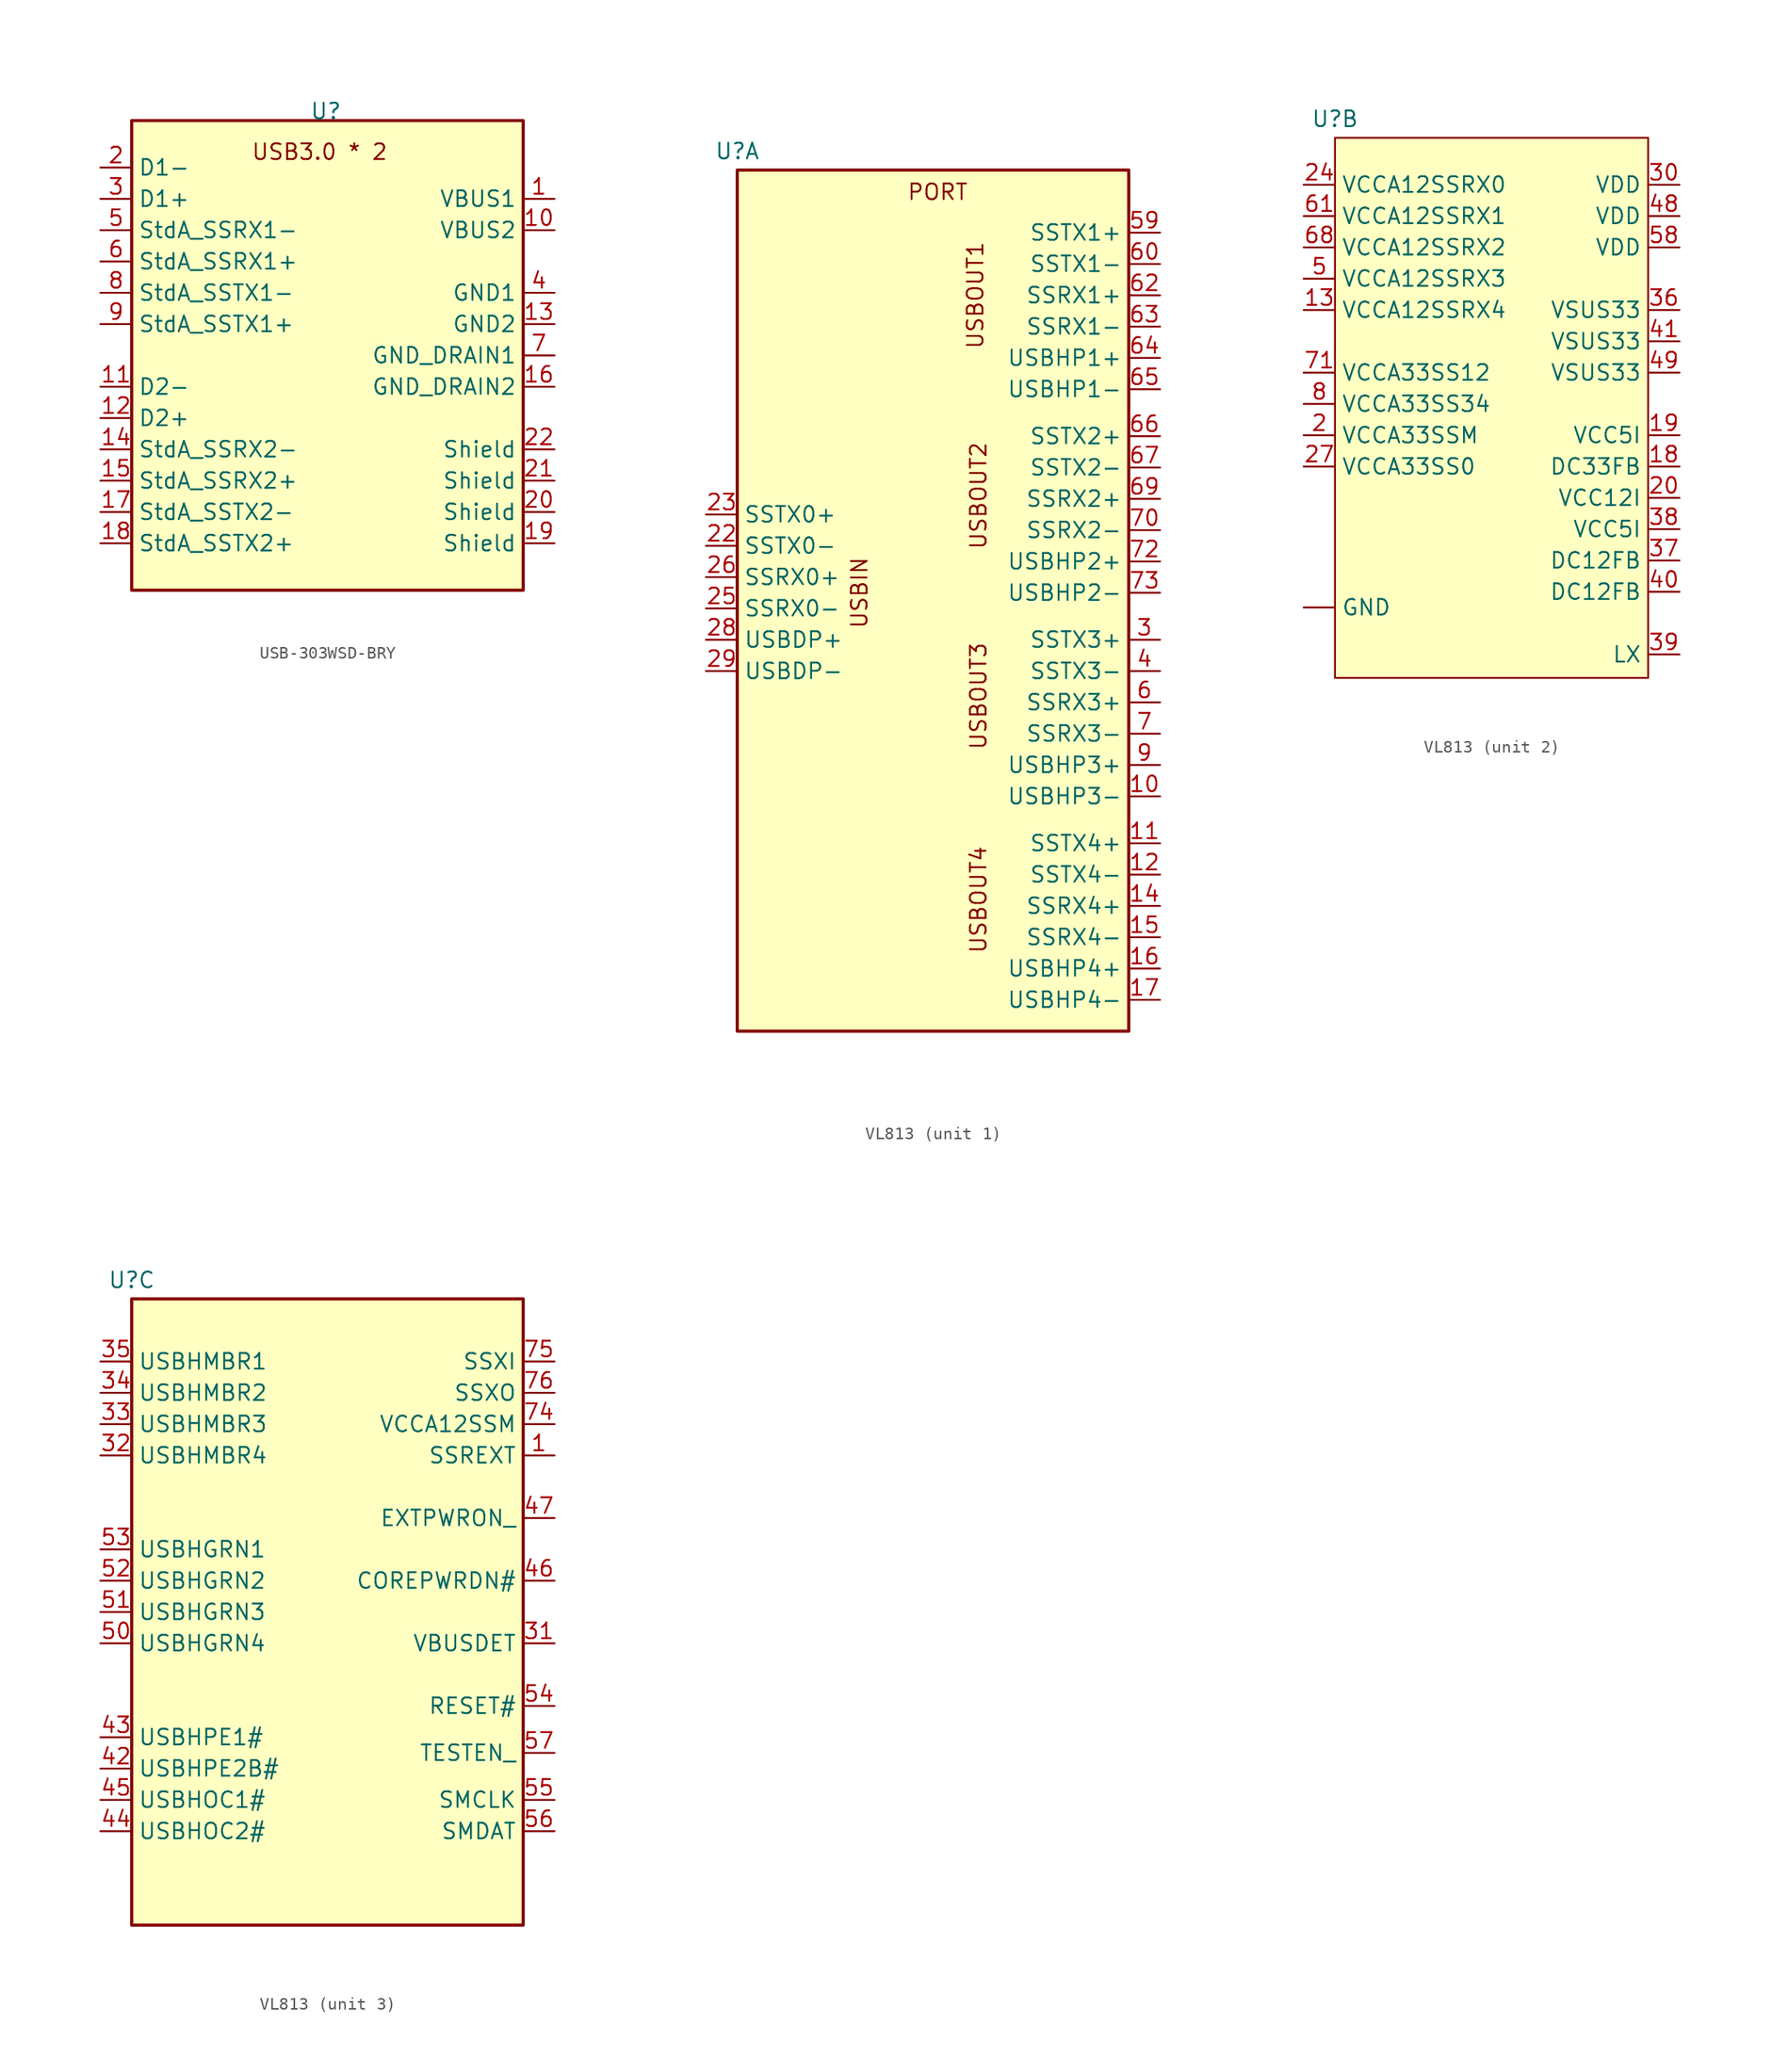
<source format=kicad_sym>
(kicad_symbol_lib
  (version 20231120)
  (generator "kicad_symbol_editor")
  (generator_version "8.0")
  (symbol "USB-303WSD-BRY"
    (property "Reference" "U"
      (at 15.748 0.762 0)
      (effects (font (size 1.27 1.27))))
    (property "Value" ""
      (at 0 0 0)
      (effects (font (size 1.27 1.27))))
    (symbol "USB-303WSD-BRY_1_1"
      (rectangle (start 0 0) (end 31.75 -38.1) (stroke (width 0.254) (type default)) (fill (type background)))
      (text "USB3.0 * 2" (at 15.24 -2.54 0) (effects (font (size 1.27 1.27))))
      (pin power_in line (at 34.29 -6.35 180) (length 2.54) (name "VBUS1" (effects (font (size 1.27 1.27)))) (number "1" (effects (font (size 1.27 1.27)))))
      (pin power_in line (at 34.29 -8.89 180) (length 2.54) (name "VBUS2" (effects (font (size 1.27 1.27)))) (number "10" (effects (font (size 1.27 1.27)))))
      (pin passive line (at -2.54 -21.59 0) (length 2.54) (name "D2-" (effects (font (size 1.27 1.27)))) (number "11" (effects (font (size 1.27 1.27)))))
      (pin passive line (at -2.54 -24.13 0) (length 2.54) (name "D2+" (effects (font (size 1.27 1.27)))) (number "12" (effects (font (size 1.27 1.27)))))
      (pin power_in line (at 34.29 -16.51 180) (length 2.54) (name "GND2" (effects (font (size 1.27 1.27)))) (number "13" (effects (font (size 1.27 1.27)))))
      (pin passive line (at -2.54 -26.67 0) (length 2.54) (name "StdA_SSRX2-" (effects (font (size 1.27 1.27)))) (number "14" (effects (font (size 1.27 1.27)))))
      (pin passive line (at -2.54 -29.21 0) (length 2.54) (name "StdA_SSRX2+" (effects (font (size 1.27 1.27)))) (number "15" (effects (font (size 1.27 1.27)))))
      (pin power_in line (at 34.29 -21.59 180) (length 2.54) (name "GND_DRAIN2" (effects (font (size 1.27 1.27)))) (number "16" (effects (font (size 1.27 1.27)))))
      (pin passive line (at -2.54 -31.75 0) (length 2.54) (name "StdA_SSTX2-" (effects (font (size 1.27 1.27)))) (number "17" (effects (font (size 1.27 1.27)))))
      (pin passive line (at -2.54 -34.29 0) (length 2.54) (name "StdA_SSTX2+" (effects (font (size 1.27 1.27)))) (number "18" (effects (font (size 1.27 1.27)))))
      (pin passive line (at 34.29 -34.29 180) (length 2.54) (name "Shield" (effects (font (size 1.27 1.27)))) (number "19" (effects (font (size 1.27 1.27)))))
      (pin passive line (at -2.54 -3.81 0) (length 2.54) (name "D1-" (effects (font (size 1.27 1.27)))) (number "2" (effects (font (size 1.27 1.27)))))
      (pin passive line (at 34.29 -31.75 180) (length 2.54) (name "Shield" (effects (font (size 1.27 1.27)))) (number "20" (effects (font (size 1.27 1.27)))))
      (pin passive line (at 34.29 -29.21 180) (length 2.54) (name "Shield" (effects (font (size 1.27 1.27)))) (number "21" (effects (font (size 1.27 1.27)))))
      (pin passive line (at 34.29 -26.67 180) (length 2.54) (name "Shield" (effects (font (size 1.27 1.27)))) (number "22" (effects (font (size 1.27 1.27)))))
      (pin passive line (at -2.54 -6.35 0) (length 2.54) (name "D1+" (effects (font (size 1.27 1.27)))) (number "3" (effects (font (size 1.27 1.27)))))
      (pin power_in line (at 34.29 -13.97 180) (length 2.54) (name "GND1" (effects (font (size 1.27 1.27)))) (number "4" (effects (font (size 1.27 1.27)))))
      (pin passive line (at -2.54 -8.89 0) (length 2.54) (name "StdA_SSRX1-" (effects (font (size 1.27 1.27)))) (number "5" (effects (font (size 1.27 1.27)))))
      (pin passive line (at -2.54 -11.43 0) (length 2.54) (name "StdA_SSRX1+" (effects (font (size 1.27 1.27)))) (number "6" (effects (font (size 1.27 1.27)))))
      (pin power_in line (at 34.29 -19.05 180) (length 2.54) (name "GND_DRAIN1" (effects (font (size 1.27 1.27)))) (number "7" (effects (font (size 1.27 1.27)))))
      (pin passive line (at -2.54 -13.97 0) (length 2.54) (name "StdA_SSTX1-" (effects (font (size 1.27 1.27)))) (number "8" (effects (font (size 1.27 1.27)))))
      (pin passive line (at -2.54 -16.51 0) (length 2.54) (name "StdA_SSTX1+" (effects (font (size 1.27 1.27)))) (number "9" (effects (font (size 1.27 1.27)))))))
  (symbol "VL813"
    (property "Reference" "U"
      (at 0 1.524 0)
      (effects (font (size 1.27 1.27))))
    (property "Value" ""
      (at 0 0 0)
      (effects (font (size 1.27 1.27))))
    (property "ki_locked" ""
      (at 0 0 0)
      (effects (font (size 1.27 1.27))))
    (symbol "VL813_1_1"
      (rectangle (start 0 0) (end 31.75 -69.85) (stroke (width 0.254) (type default)) (fill (type background)))
      (text "PORT" (at 16.256 -1.778 0) (effects (font (size 1.27 1.27))))
      (text "USBIN" (at 9.906 -34.29 900) (effects (font (size 1.27 1.27))))
      (text "USBOUT1" (at 19.304 -10.16 900) (effects (font (size 1.27 1.27))))
      (text "USBOUT2" (at 19.558 -26.416 900) (effects (font (size 1.27 1.27))))
      (text "USBOUT3" (at 19.558 -42.672 900) (effects (font (size 1.27 1.27))))
      (text "USBOUT4" (at 19.558 -59.182 900) (effects (font (size 1.27 1.27))))
      (pin passive line (at 34.29 -50.8 180) (length 2.54) (name "USBHP3-" (effects (font (size 1.27 1.27)))) (number "10" (effects (font (size 1.27 1.27)))))
      (pin passive line (at 34.29 -54.61 180) (length 2.54) (name "SSTX4+" (effects (font (size 1.27 1.27)))) (number "11" (effects (font (size 1.27 1.27)))))
      (pin passive line (at 34.29 -57.15 180) (length 2.54) (name "SSTX4-" (effects (font (size 1.27 1.27)))) (number "12" (effects (font (size 1.27 1.27)))))
      (pin passive line (at 34.29 -59.69 180) (length 2.54) (name "SSRX4+" (effects (font (size 1.27 1.27)))) (number "14" (effects (font (size 1.27 1.27)))))
      (pin passive line (at 34.29 -62.23 180) (length 2.54) (name "SSRX4-" (effects (font (size 1.27 1.27)))) (number "15" (effects (font (size 1.27 1.27)))))
      (pin passive line (at 34.29 -64.77 180) (length 2.54) (name "USBHP4+" (effects (font (size 1.27 1.27)))) (number "16" (effects (font (size 1.27 1.27)))))
      (pin passive line (at 34.29 -67.31 180) (length 2.54) (name "USBHP4-" (effects (font (size 1.27 1.27)))) (number "17" (effects (font (size 1.27 1.27)))))
      (pin passive line (at -2.54 -30.48 0) (length 2.54) (name "SSTX0-" (effects (font (size 1.27 1.27)))) (number "22" (effects (font (size 1.27 1.27)))))
      (pin passive line (at -2.54 -27.94 0) (length 2.54) (name "SSTX0+" (effects (font (size 1.27 1.27)))) (number "23" (effects (font (size 1.27 1.27)))))
      (pin passive line (at -2.54 -35.56 0) (length 2.54) (name "SSRX0-" (effects (font (size 1.27 1.27)))) (number "25" (effects (font (size 1.27 1.27)))))
      (pin passive line (at -2.54 -33.02 0) (length 2.54) (name "SSRX0+" (effects (font (size 1.27 1.27)))) (number "26" (effects (font (size 1.27 1.27)))))
      (pin passive line (at -2.54 -38.1 0) (length 2.54) (name "USBDP+" (effects (font (size 1.27 1.27)))) (number "28" (effects (font (size 1.27 1.27)))))
      (pin passive line (at -2.54 -40.64 0) (length 2.54) (name "USBDP-" (effects (font (size 1.27 1.27)))) (number "29" (effects (font (size 1.27 1.27)))))
      (pin passive line (at 34.29 -38.1 180) (length 2.54) (name "SSTX3+" (effects (font (size 1.27 1.27)))) (number "3" (effects (font (size 1.27 1.27)))))
      (pin passive line (at 34.29 -40.64 180) (length 2.54) (name "SSTX3-" (effects (font (size 1.27 1.27)))) (number "4" (effects (font (size 1.27 1.27)))))
      (pin passive line (at 34.29 -5.08 180) (length 2.54) (name "SSTX1+" (effects (font (size 1.27 1.27)))) (number "59" (effects (font (size 1.27 1.27)))))
      (pin passive line (at 34.29 -43.18 180) (length 2.54) (name "SSRX3+" (effects (font (size 1.27 1.27)))) (number "6" (effects (font (size 1.27 1.27)))))
      (pin passive line (at 34.29 -7.62 180) (length 2.54) (name "SSTX1-" (effects (font (size 1.27 1.27)))) (number "60" (effects (font (size 1.27 1.27)))))
      (pin passive line (at 34.29 -10.16 180) (length 2.54) (name "SSRX1+" (effects (font (size 1.27 1.27)))) (number "62" (effects (font (size 1.27 1.27)))))
      (pin passive line (at 34.29 -12.7 180) (length 2.54) (name "SSRX1-" (effects (font (size 1.27 1.27)))) (number "63" (effects (font (size 1.27 1.27)))))
      (pin passive line (at 34.29 -15.24 180) (length 2.54) (name "USBHP1+" (effects (font (size 1.27 1.27)))) (number "64" (effects (font (size 1.27 1.27)))))
      (pin passive line (at 34.29 -17.78 180) (length 2.54) (name "USBHP1-" (effects (font (size 1.27 1.27)))) (number "65" (effects (font (size 1.27 1.27)))))
      (pin passive line (at 34.29 -21.59 180) (length 2.54) (name "SSTX2+" (effects (font (size 1.27 1.27)))) (number "66" (effects (font (size 1.27 1.27)))))
      (pin passive line (at 34.29 -24.13 180) (length 2.54) (name "SSTX2-" (effects (font (size 1.27 1.27)))) (number "67" (effects (font (size 1.27 1.27)))))
      (pin passive line (at 34.29 -26.67 180) (length 2.54) (name "SSRX2+" (effects (font (size 1.27 1.27)))) (number "69" (effects (font (size 1.27 1.27)))))
      (pin passive line (at 34.29 -45.72 180) (length 2.54) (name "SSRX3-" (effects (font (size 1.27 1.27)))) (number "7" (effects (font (size 1.27 1.27)))))
      (pin passive line (at 34.29 -29.21 180) (length 2.54) (name "SSRX2-" (effects (font (size 1.27 1.27)))) (number "70" (effects (font (size 1.27 1.27)))))
      (pin passive line (at 34.29 -31.75 180) (length 2.54) (name "USBHP2+" (effects (font (size 1.27 1.27)))) (number "72" (effects (font (size 1.27 1.27)))))
      (pin passive line (at 34.29 -34.29 180) (length 2.54) (name "USBHP2-" (effects (font (size 1.27 1.27)))) (number "73" (effects (font (size 1.27 1.27)))))
      (pin passive line (at 34.29 -48.26 180) (length 2.54) (name "USBHP3+" (effects (font (size 1.27 1.27)))) (number "9" (effects (font (size 1.27 1.27))))))
    (symbol "VL813_2_1"
      (rectangle (start 0 0) (end 25.4 -43.815) (stroke (width 0) (type default)) (fill (type background)))
      (pin power_in line (at -2.54 -38.1 0) (length 2.54) (name "GND" (effects (font (size 1.27 1.27)))) (number "" (effects (font (size 1.27 1.27)))))
      (pin power_in line (at -2.54 -13.97 0) (length 2.54) (name "VCCA12SSRX4" (effects (font (size 1.27 1.27)))) (number "13" (effects (font (size 1.27 1.27)))))
      (pin power_in line (at 27.94 -26.67 180) (length 2.54) (name "DC33FB" (effects (font (size 1.27 1.27)))) (number "18" (effects (font (size 1.27 1.27)))))
      (pin power_in line (at 27.94 -24.13 180) (length 2.54) (name "VCC5I" (effects (font (size 1.27 1.27)))) (number "19" (effects (font (size 1.27 1.27)))))
      (pin power_in line (at -2.54 -24.13 0) (length 2.54) (name "VCCA33SSM" (effects (font (size 1.27 1.27)))) (number "2" (effects (font (size 1.27 1.27)))))
      (pin power_in line (at 27.94 -29.21 180) (length 2.54) (name "VCC12I" (effects (font (size 1.27 1.27)))) (number "20" (effects (font (size 1.27 1.27)))))
      (pin power_in line (at -2.54 -3.81 0) (length 2.54) (name "VCCA12SSRX0" (effects (font (size 1.27 1.27)))) (number "24" (effects (font (size 1.27 1.27)))))
      (pin power_in line (at -2.54 -26.67 0) (length 2.54) (name "VCCA33SS0" (effects (font (size 1.27 1.27)))) (number "27" (effects (font (size 1.27 1.27)))))
      (pin power_in line (at 27.94 -3.81 180) (length 2.54) (name "VDD" (effects (font (size 1.27 1.27)))) (number "30" (effects (font (size 1.27 1.27)))))
      (pin power_in line (at 27.94 -13.97 180) (length 2.54) (name "VSUS33" (effects (font (size 1.27 1.27)))) (number "36" (effects (font (size 1.27 1.27)))))
      (pin power_in line (at 27.94 -34.29 180) (length 2.54) (name "DC12FB" (effects (font (size 1.27 1.27)))) (number "37" (effects (font (size 1.27 1.27)))))
      (pin power_in line (at 27.94 -31.75 180) (length 2.54) (name "VCC5I" (effects (font (size 1.27 1.27)))) (number "38" (effects (font (size 1.27 1.27)))))
      (pin power_in line (at 27.94 -41.91 180) (length 2.54) (name "LX" (effects (font (size 1.27 1.27)))) (number "39" (effects (font (size 1.27 1.27)))))
      (pin power_in line (at 27.94 -36.83 180) (length 2.54) (name "DC12FB" (effects (font (size 1.27 1.27)))) (number "40" (effects (font (size 1.27 1.27)))))
      (pin power_in line (at 27.94 -16.51 180) (length 2.54) (name "VSUS33" (effects (font (size 1.27 1.27)))) (number "41" (effects (font (size 1.27 1.27)))))
      (pin power_in line (at 27.94 -6.35 180) (length 2.54) (name "VDD" (effects (font (size 1.27 1.27)))) (number "48" (effects (font (size 1.27 1.27)))))
      (pin power_in line (at 27.94 -19.05 180) (length 2.54) (name "VSUS33" (effects (font (size 1.27 1.27)))) (number "49" (effects (font (size 1.27 1.27)))))
      (pin power_in line (at -2.54 -11.43 0) (length 2.54) (name "VCCA12SSRX3" (effects (font (size 1.27 1.27)))) (number "5" (effects (font (size 1.27 1.27)))))
      (pin power_in line (at 27.94 -8.89 180) (length 2.54) (name "VDD" (effects (font (size 1.27 1.27)))) (number "58" (effects (font (size 1.27 1.27)))))
      (pin power_in line (at -2.54 -6.35 0) (length 2.54) (name "VCCA12SSRX1" (effects (font (size 1.27 1.27)))) (number "61" (effects (font (size 1.27 1.27)))))
      (pin power_in line (at -2.54 -8.89 0) (length 2.54) (name "VCCA12SSRX2" (effects (font (size 1.27 1.27)))) (number "68" (effects (font (size 1.27 1.27)))))
      (pin power_in line (at -2.54 -19.05 0) (length 2.54) (name "VCCA33SS12" (effects (font (size 1.27 1.27)))) (number "71" (effects (font (size 1.27 1.27)))))
      (pin power_in line (at -2.54 -21.59 0) (length 2.54) (name "VCCA33SS34" (effects (font (size 1.27 1.27)))) (number "8" (effects (font (size 1.27 1.27))))))
    (symbol "VL813_3_1"
      (rectangle (start 0 0) (end 31.75 -50.8) (stroke (width 0.254) (type default)) (fill (type background)))
      (pin power_in line (at 34.29 -12.7 180) (length 2.54) (name "SSREXT" (effects (font (size 1.27 1.27)))) (number "1" (effects (font (size 1.27 1.27)))))
      (pin power_in line (at 34.29 -27.94 180) (length 2.54) (name "VBUSDET" (effects (font (size 1.27 1.27)))) (number "31" (effects (font (size 1.27 1.27)))))
      (pin passive line (at -2.54 -12.7 0) (length 2.54) (name "USBHMBR4" (effects (font (size 1.27 1.27)))) (number "32" (effects (font (size 1.27 1.27)))))
      (pin passive line (at -2.54 -10.16 0) (length 2.54) (name "USBHMBR3" (effects (font (size 1.27 1.27)))) (number "33" (effects (font (size 1.27 1.27)))))
      (pin passive line (at -2.54 -7.62 0) (length 2.54) (name "USBHMBR2" (effects (font (size 1.27 1.27)))) (number "34" (effects (font (size 1.27 1.27)))))
      (pin passive line (at -2.54 -5.08 0) (length 2.54) (name "USBHMBR1" (effects (font (size 1.27 1.27)))) (number "35" (effects (font (size 1.27 1.27)))))
      (pin passive line (at -2.54 -38.1 0) (length 2.54) (name "USBHPE2B#" (effects (font (size 1.27 1.27)))) (number "42" (effects (font (size 1.27 1.27)))))
      (pin passive line (at -2.54 -35.56 0) (length 2.54) (name "USBHPE1#" (effects (font (size 1.27 1.27)))) (number "43" (effects (font (size 1.27 1.27)))))
      (pin passive line (at -2.54 -43.18 0) (length 2.54) (name "USBHOC2#" (effects (font (size 1.27 1.27)))) (number "44" (effects (font (size 1.27 1.27)))))
      (pin passive line (at -2.54 -40.64 0) (length 2.54) (name "USBHOC1#" (effects (font (size 1.27 1.27)))) (number "45" (effects (font (size 1.27 1.27)))))
      (pin power_in line (at 34.29 -22.86 180) (length 2.54) (name "COREPWRDN#" (effects (font (size 1.27 1.27)))) (number "46" (effects (font (size 1.27 1.27)))))
      (pin power_in line (at 34.29 -17.78 180) (length 2.54) (name "EXTPWRON_" (effects (font (size 1.27 1.27)))) (number "47" (effects (font (size 1.27 1.27)))))
      (pin passive line (at -2.54 -27.94 0) (length 2.54) (name "USBHGRN4" (effects (font (size 1.27 1.27)))) (number "50" (effects (font (size 1.27 1.27)))))
      (pin passive line (at -2.54 -25.4 0) (length 2.54) (name "USBHGRN3" (effects (font (size 1.27 1.27)))) (number "51" (effects (font (size 1.27 1.27)))))
      (pin passive line (at -2.54 -22.86 0) (length 2.54) (name "USBHGRN2" (effects (font (size 1.27 1.27)))) (number "52" (effects (font (size 1.27 1.27)))))
      (pin passive line (at -2.54 -20.32 0) (length 2.54) (name "USBHGRN1" (effects (font (size 1.27 1.27)))) (number "53" (effects (font (size 1.27 1.27)))))
      (pin power_in line (at 34.29 -33.02 180) (length 2.54) (name "RESET#" (effects (font (size 1.27 1.27)))) (number "54" (effects (font (size 1.27 1.27)))))
      (pin power_in line (at 34.29 -40.64 180) (length 2.54) (name "SMCLK" (effects (font (size 1.27 1.27)))) (number "55" (effects (font (size 1.27 1.27)))))
      (pin power_in line (at 34.29 -43.18 180) (length 2.54) (name "SMDAT" (effects (font (size 1.27 1.27)))) (number "56" (effects (font (size 1.27 1.27)))))
      (pin power_in line (at 34.29 -36.83 180) (length 2.54) (name "TESTEN_" (effects (font (size 1.27 1.27)))) (number "57" (effects (font (size 1.27 1.27)))))
      (pin power_in line (at 34.29 -10.16 180) (length 2.54) (name "VCCA12SSM" (effects (font (size 1.27 1.27)))) (number "74" (effects (font (size 1.27 1.27)))))
      (pin power_in line (at 34.29 -5.08 180) (length 2.54) (name "SSXI" (effects (font (size 1.27 1.27)))) (number "75" (effects (font (size 1.27 1.27)))))
      (pin power_in line (at 34.29 -7.62 180) (length 2.54) (name "SSXO" (effects (font (size 1.27 1.27)))) (number "76" (effects (font (size 1.27 1.27))))))))
</source>
